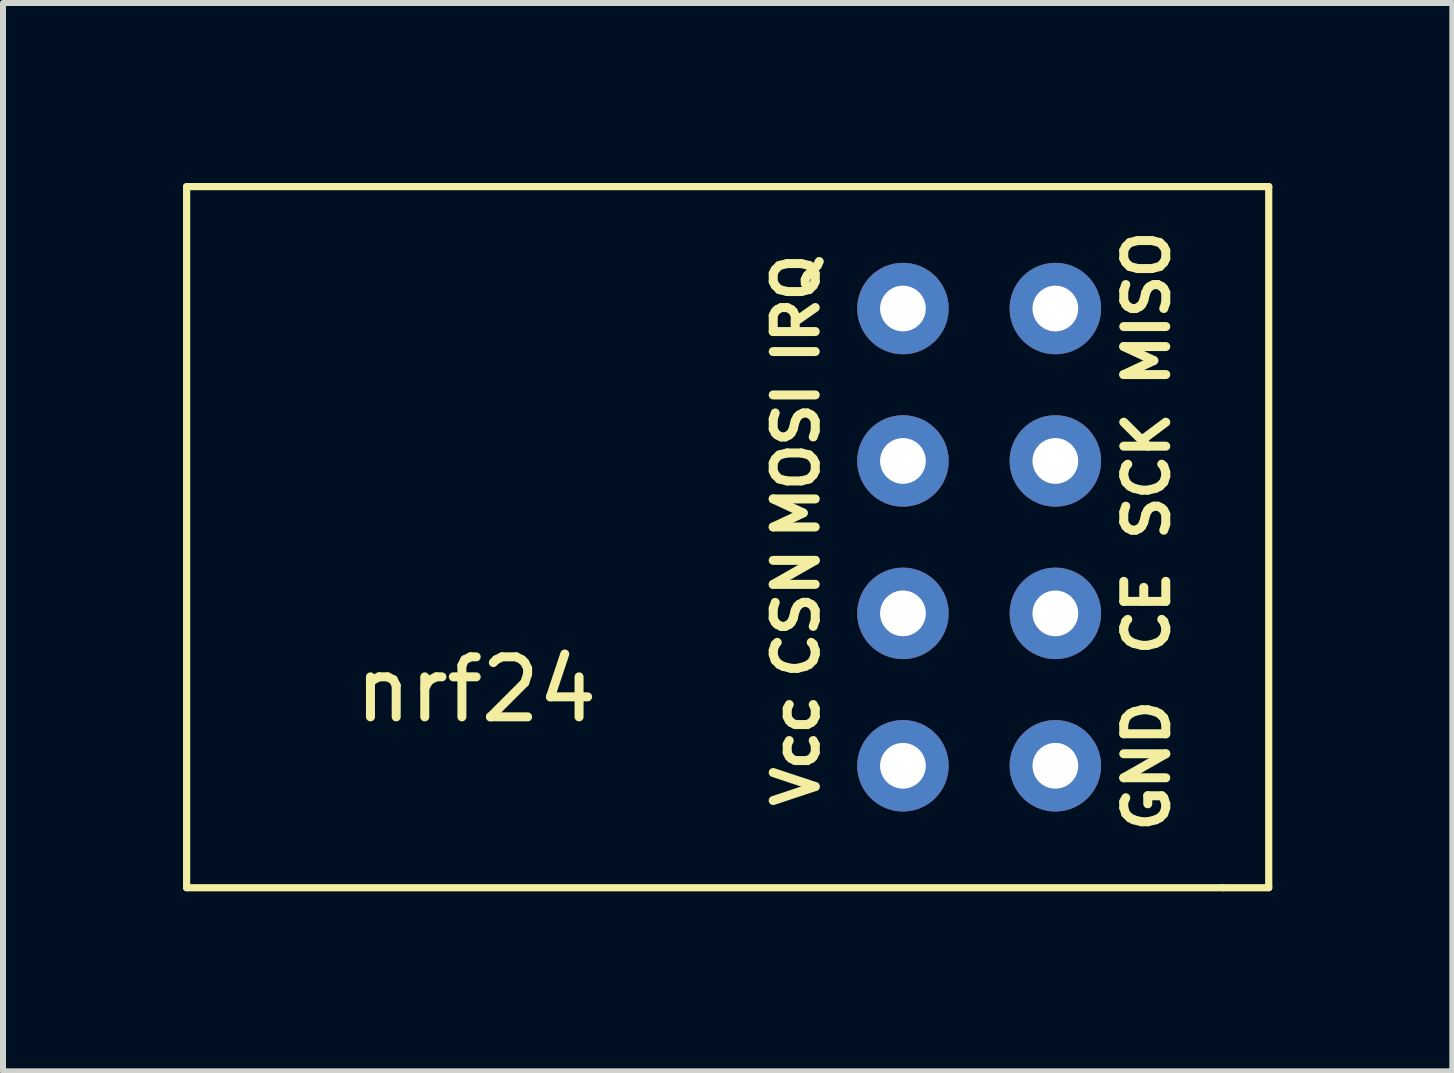
<source format=kicad_pcb>
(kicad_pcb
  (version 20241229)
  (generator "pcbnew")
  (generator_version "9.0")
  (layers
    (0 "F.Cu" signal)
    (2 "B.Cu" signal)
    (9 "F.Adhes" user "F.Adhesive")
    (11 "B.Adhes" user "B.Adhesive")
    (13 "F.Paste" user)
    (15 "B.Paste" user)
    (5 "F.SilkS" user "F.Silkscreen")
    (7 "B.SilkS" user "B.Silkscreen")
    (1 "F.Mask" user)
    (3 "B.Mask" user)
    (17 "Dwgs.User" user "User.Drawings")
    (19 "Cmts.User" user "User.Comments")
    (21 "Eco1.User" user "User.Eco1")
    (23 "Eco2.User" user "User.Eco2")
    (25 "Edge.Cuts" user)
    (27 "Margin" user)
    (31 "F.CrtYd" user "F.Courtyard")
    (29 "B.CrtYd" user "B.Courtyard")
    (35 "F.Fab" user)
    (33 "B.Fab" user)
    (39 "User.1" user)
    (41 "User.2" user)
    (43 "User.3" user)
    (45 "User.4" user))
  (footprint "nrf24"
    (layer "F.Cu")
    (at 6.918 2.092)
    (property "Reference" "nrf24" (at -2.032 6.35 0) (layer "F.SilkS") (effects (font (size 1 1) (thickness 0.15))))
    (attr through_hole)
    (fp_line (start -6.858 -2.032) (end -6.858 9.652) (stroke (width 0.12) (type solid)) (layer "F.SilkS"))
    (fp_line (start -6.858 9.652) (end 10.414 9.652) (stroke (width 0.12) (type solid)) (layer "F.SilkS"))
    (fp_line (start 10.414 9.652) (end 11.176 9.652) (stroke (width 0.12) (type solid)) (layer "F.SilkS"))
    (fp_line (start 11.176 -2.032) (end -6.858 -2.032) (stroke (width 0.12) (type solid)) (layer "F.SilkS"))
    (fp_line (start 11.176 9.652) (end 11.176 -2.032) (stroke (width 0.12) (type solid)) (layer "F.SilkS"))
    (fp_text user "MOSI" (at 3.302 2.54 90) (layer "F.SilkS") (effects (font (size 0.7 0.7) (thickness 0.15))))
    (fp_text user "Vcc" (at 3.302 7.366 90) (layer "F.SilkS") (effects (font (size 0.7 0.7) (thickness 0.15))))
    (fp_text user "CSN" (at 3.302 5.08 90) (layer "F.SilkS") (effects (font (size 0.7 0.7) (thickness 0.15))))
    (fp_text user "SCK" (at 9.144 2.794 90) (layer "F.SilkS") (effects (font (size 0.7 0.7) (thickness 0.15))))
    (fp_text user "MISO" (at 9.144 0 90) (layer "F.SilkS") (effects (font (size 0.7 0.7) (thickness 0.15))))
    (fp_text user "GND" (at 9.144 7.62 90) (layer "F.SilkS") (effects (font (size 0.7 0.7) (thickness 0.15))))
    (fp_text user "IRQ" (at 3.302 0 90) (layer "F.SilkS") (effects (font (size 0.7 0.7) (thickness 0.15))))
    (fp_text user "CE" (at 9.144 5.08 90) (layer "F.SilkS") (effects (font (size 0.7 0.7) (thickness 0.15))))
    (pad "0" thru_hole circle (at 7.62 7.62) (size 1.524 1.524) (drill 0.762) (layers "*.Cu" "*.Mask"))
    (pad "1" thru_hole circle (at 7.62 5.08) (size 1.524 1.524) (drill 0.762) (layers "*.Cu" "*.Mask"))
    (pad "2" thru_hole circle (at 7.62 2.54) (size 1.524 1.524) (drill 0.762) (layers "*.Cu" "*.Mask"))
    (pad "3" thru_hole circle (at 7.62 0) (size 1.524 1.524) (drill 0.762) (layers "*.Cu" "*.Mask"))
    (pad "4" thru_hole circle (at 5.08 0) (size 1.524 1.524) (drill 0.762) (layers "*.Cu" "*.Mask"))
    (pad "5" thru_hole circle (at 5.08 2.54) (size 1.524 1.524) (drill 0.762) (layers "*.Cu" "*.Mask"))
    (pad "6" thru_hole circle (at 5.08 5.08) (size 1.524 1.524) (drill 0.762) (layers "*.Cu" "*.Mask"))
    (pad "7" thru_hole circle (at 5.08 7.62) (size 1.524 1.524) (drill 0.762) (layers "*.Cu" "*.Mask")))
  (gr_rect
    (start -3 -3)
    (end 21.154 14.804)
    (stroke (width 0.1) (type default))
    (fill no)
    (layer "Edge.Cuts")))
</source>
